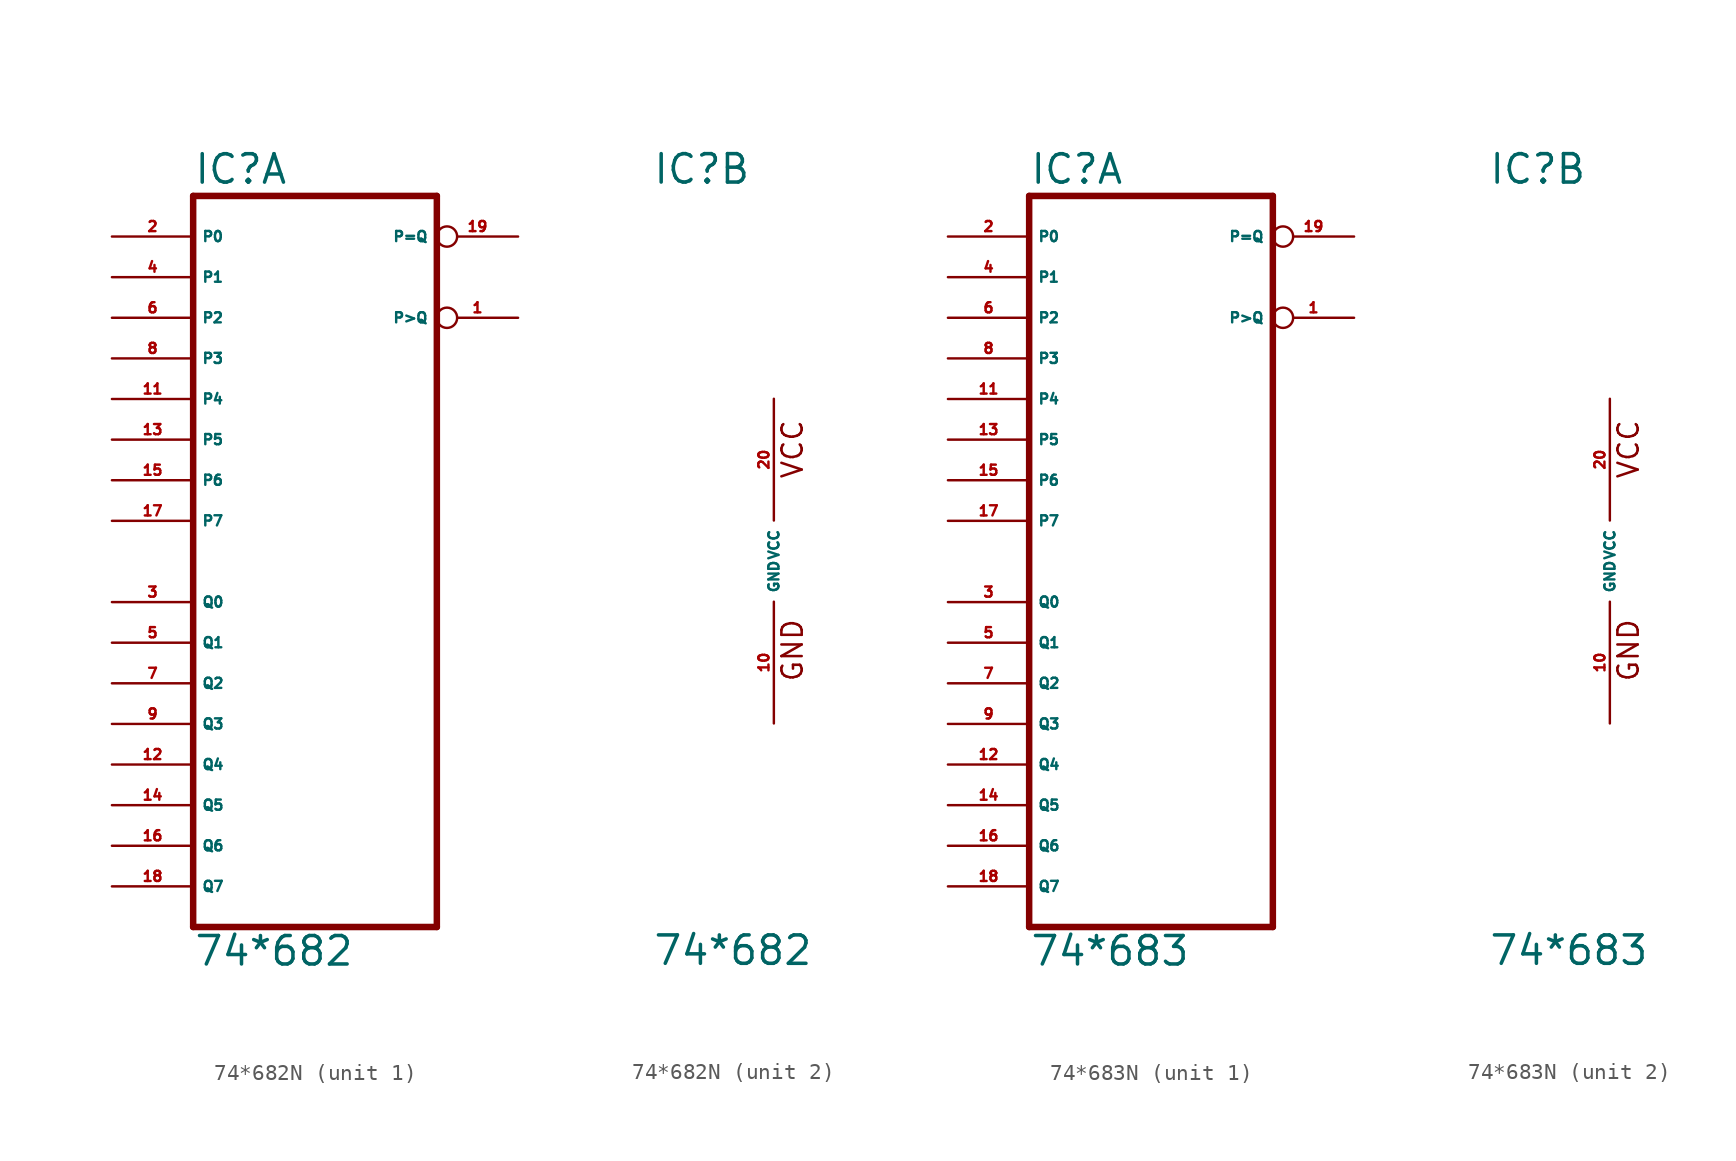
<source format=kicad_sym>
(kicad_symbol_lib
  (version 20220914)
  (generator Eagle2Kicad)
  (symbol "74*682N"
    (property "Reference" "IC"
      (at -7.62 23.495 0)
      (effects (font (size 1.778 1.778) (thickness 0.22)) (justify left bottom)))
    (property "Value" "74*682"
      (at -7.62 -25.4 0)
      (effects (font (size 1.778 1.778) (thickness 0.22)) (justify left bottom)))
    (symbol "74*682N_1_0"
      (polyline (pts (xy -7.62 -22.86) (xy 7.62 -22.86)) (stroke (width 0.406) (type default)) (fill (type none)))
      (polyline (pts (xy 7.62 -22.86) (xy 7.62 22.86)) (stroke (width 0.406) (type default)) (fill (type none)))
      (polyline (pts (xy 7.62 22.86) (xy -7.62 22.86)) (stroke (width 0.406) (type default)) (fill (type none)))
      (polyline (pts (xy -7.62 22.86) (xy -7.62 -22.86)) (stroke (width 0.406) (type default)) (fill (type none)))
      (pin output inverted (at 12.7 15.24 180) (length 5.08) (name "P>Q" (effects (font (size 0.635 0.635) (thickness 0.08)) (justify left bottom))) (number "1" (effects (font (size 0.635 0.635) (thickness 0.08)) (justify left bottom))))
      (pin input line (at -12.7 20.32 0) (length 5.08) (name "P0" (effects (font (size 0.635 0.635) (thickness 0.08)) (justify left bottom))) (number "2" (effects (font (size 0.635 0.635) (thickness 0.08)) (justify left bottom))))
      (pin input line (at -12.7 -2.54 0) (length 5.08) (name "Q0" (effects (font (size 0.635 0.635) (thickness 0.08)) (justify left bottom))) (number "3" (effects (font (size 0.635 0.635) (thickness 0.08)) (justify left bottom))))
      (pin input line (at -12.7 17.78 0) (length 5.08) (name "P1" (effects (font (size 0.635 0.635) (thickness 0.08)) (justify left bottom))) (number "4" (effects (font (size 0.635 0.635) (thickness 0.08)) (justify left bottom))))
      (pin input line (at -12.7 -5.08 0) (length 5.08) (name "Q1" (effects (font (size 0.635 0.635) (thickness 0.08)) (justify left bottom))) (number "5" (effects (font (size 0.635 0.635) (thickness 0.08)) (justify left bottom))))
      (pin input line (at -12.7 15.24 0) (length 5.08) (name "P2" (effects (font (size 0.635 0.635) (thickness 0.08)) (justify left bottom))) (number "6" (effects (font (size 0.635 0.635) (thickness 0.08)) (justify left bottom))))
      (pin input line (at -12.7 -7.62 0) (length 5.08) (name "Q2" (effects (font (size 0.635 0.635) (thickness 0.08)) (justify left bottom))) (number "7" (effects (font (size 0.635 0.635) (thickness 0.08)) (justify left bottom))))
      (pin input line (at -12.7 12.7 0) (length 5.08) (name "P3" (effects (font (size 0.635 0.635) (thickness 0.08)) (justify left bottom))) (number "8" (effects (font (size 0.635 0.635) (thickness 0.08)) (justify left bottom))))
      (pin input line (at -12.7 -10.16 0) (length 5.08) (name "Q3" (effects (font (size 0.635 0.635) (thickness 0.08)) (justify left bottom))) (number "9" (effects (font (size 0.635 0.635) (thickness 0.08)) (justify left bottom))))
      (pin input line (at -12.7 10.16 0) (length 5.08) (name "P4" (effects (font (size 0.635 0.635) (thickness 0.08)) (justify left bottom))) (number "11" (effects (font (size 0.635 0.635) (thickness 0.08)) (justify left bottom))))
      (pin input line (at -12.7 -12.7 0) (length 5.08) (name "Q4" (effects (font (size 0.635 0.635) (thickness 0.08)) (justify left bottom))) (number "12" (effects (font (size 0.635 0.635) (thickness 0.08)) (justify left bottom))))
      (pin input line (at -12.7 7.62 0) (length 5.08) (name "P5" (effects (font (size 0.635 0.635) (thickness 0.08)) (justify left bottom))) (number "13" (effects (font (size 0.635 0.635) (thickness 0.08)) (justify left bottom))))
      (pin input line (at -12.7 -15.24 0) (length 5.08) (name "Q5" (effects (font (size 0.635 0.635) (thickness 0.08)) (justify left bottom))) (number "14" (effects (font (size 0.635 0.635) (thickness 0.08)) (justify left bottom))))
      (pin input line (at -12.7 5.08 0) (length 5.08) (name "P6" (effects (font (size 0.635 0.635) (thickness 0.08)) (justify left bottom))) (number "15" (effects (font (size 0.635 0.635) (thickness 0.08)) (justify left bottom))))
      (pin input line (at -12.7 -17.78 0) (length 5.08) (name "Q6" (effects (font (size 0.635 0.635) (thickness 0.08)) (justify left bottom))) (number "16" (effects (font (size 0.635 0.635) (thickness 0.08)) (justify left bottom))))
      (pin input line (at -12.7 2.54 0) (length 5.08) (name "P7" (effects (font (size 0.635 0.635) (thickness 0.08)) (justify left bottom))) (number "17" (effects (font (size 0.635 0.635) (thickness 0.08)) (justify left bottom))))
      (pin input line (at -12.7 -20.32 0) (length 5.08) (name "Q7" (effects (font (size 0.635 0.635) (thickness 0.08)) (justify left bottom))) (number "18" (effects (font (size 0.635 0.635) (thickness 0.08)) (justify left bottom))))
      (pin output inverted (at 12.7 20.32 180) (length 5.08) (name "P=Q" (effects (font (size 0.635 0.635) (thickness 0.08)) (justify left bottom))) (number "19" (effects (font (size 0.635 0.635) (thickness 0.08)) (justify left bottom)))))
    (symbol "74*682N_2_0"
      (text "GND" (at 1.905 -7.62 900) (effects (font (size 1.27 1.27) (thickness 0.16)) (justify left bottom)))
      (text "VCC" (at 1.905 5.08 900) (effects (font (size 1.27 1.27) (thickness 0.16)) (justify left bottom)))
      (pin unspecified line (at 0 -10.16 90) (length 7.62) (name "GND" (effects (font (size 0.635 0.635) (thickness 0.08)) (justify left bottom))) (number "10" (effects (font (size 0.635 0.635) (thickness 0.08)) (justify left bottom))))
      (pin unspecified line (at 0 10.16 270) (length 7.62) (name "VCC" (effects (font (size 0.635 0.635) (thickness 0.08)) (justify left bottom))) (number "20" (effects (font (size 0.635 0.635) (thickness 0.08)) (justify left bottom))))))
  (symbol "74*683N"
    (property "Reference" "IC"
      (at -7.62 23.495 0)
      (effects (font (size 1.778 1.778) (thickness 0.22)) (justify left bottom)))
    (property "Value" "74*683"
      (at -7.62 -25.4 0)
      (effects (font (size 1.778 1.778) (thickness 0.22)) (justify left bottom)))
    (symbol "74*683N_1_0"
      (polyline (pts (xy -7.62 -22.86) (xy 7.62 -22.86)) (stroke (width 0.406) (type default)) (fill (type none)))
      (polyline (pts (xy 7.62 -22.86) (xy 7.62 22.86)) (stroke (width 0.406) (type default)) (fill (type none)))
      (polyline (pts (xy 7.62 22.86) (xy -7.62 22.86)) (stroke (width 0.406) (type default)) (fill (type none)))
      (polyline (pts (xy -7.62 22.86) (xy -7.62 -22.86)) (stroke (width 0.406) (type default)) (fill (type none)))
      (pin open_collector inverted (at 12.7 15.24 180) (length 5.08) (name "P>Q" (effects (font (size 0.635 0.635) (thickness 0.08)) (justify left bottom))) (number "1" (effects (font (size 0.635 0.635) (thickness 0.08)) (justify left bottom))))
      (pin input line (at -12.7 20.32 0) (length 5.08) (name "P0" (effects (font (size 0.635 0.635) (thickness 0.08)) (justify left bottom))) (number "2" (effects (font (size 0.635 0.635) (thickness 0.08)) (justify left bottom))))
      (pin input line (at -12.7 -2.54 0) (length 5.08) (name "Q0" (effects (font (size 0.635 0.635) (thickness 0.08)) (justify left bottom))) (number "3" (effects (font (size 0.635 0.635) (thickness 0.08)) (justify left bottom))))
      (pin input line (at -12.7 17.78 0) (length 5.08) (name "P1" (effects (font (size 0.635 0.635) (thickness 0.08)) (justify left bottom))) (number "4" (effects (font (size 0.635 0.635) (thickness 0.08)) (justify left bottom))))
      (pin input line (at -12.7 -5.08 0) (length 5.08) (name "Q1" (effects (font (size 0.635 0.635) (thickness 0.08)) (justify left bottom))) (number "5" (effects (font (size 0.635 0.635) (thickness 0.08)) (justify left bottom))))
      (pin input line (at -12.7 15.24 0) (length 5.08) (name "P2" (effects (font (size 0.635 0.635) (thickness 0.08)) (justify left bottom))) (number "6" (effects (font (size 0.635 0.635) (thickness 0.08)) (justify left bottom))))
      (pin input line (at -12.7 -7.62 0) (length 5.08) (name "Q2" (effects (font (size 0.635 0.635) (thickness 0.08)) (justify left bottom))) (number "7" (effects (font (size 0.635 0.635) (thickness 0.08)) (justify left bottom))))
      (pin input line (at -12.7 12.7 0) (length 5.08) (name "P3" (effects (font (size 0.635 0.635) (thickness 0.08)) (justify left bottom))) (number "8" (effects (font (size 0.635 0.635) (thickness 0.08)) (justify left bottom))))
      (pin input line (at -12.7 -10.16 0) (length 5.08) (name "Q3" (effects (font (size 0.635 0.635) (thickness 0.08)) (justify left bottom))) (number "9" (effects (font (size 0.635 0.635) (thickness 0.08)) (justify left bottom))))
      (pin input line (at -12.7 10.16 0) (length 5.08) (name "P4" (effects (font (size 0.635 0.635) (thickness 0.08)) (justify left bottom))) (number "11" (effects (font (size 0.635 0.635) (thickness 0.08)) (justify left bottom))))
      (pin input line (at -12.7 -12.7 0) (length 5.08) (name "Q4" (effects (font (size 0.635 0.635) (thickness 0.08)) (justify left bottom))) (number "12" (effects (font (size 0.635 0.635) (thickness 0.08)) (justify left bottom))))
      (pin input line (at -12.7 7.62 0) (length 5.08) (name "P5" (effects (font (size 0.635 0.635) (thickness 0.08)) (justify left bottom))) (number "13" (effects (font (size 0.635 0.635) (thickness 0.08)) (justify left bottom))))
      (pin input line (at -12.7 -15.24 0) (length 5.08) (name "Q5" (effects (font (size 0.635 0.635) (thickness 0.08)) (justify left bottom))) (number "14" (effects (font (size 0.635 0.635) (thickness 0.08)) (justify left bottom))))
      (pin input line (at -12.7 5.08 0) (length 5.08) (name "P6" (effects (font (size 0.635 0.635) (thickness 0.08)) (justify left bottom))) (number "15" (effects (font (size 0.635 0.635) (thickness 0.08)) (justify left bottom))))
      (pin input line (at -12.7 -17.78 0) (length 5.08) (name "Q6" (effects (font (size 0.635 0.635) (thickness 0.08)) (justify left bottom))) (number "16" (effects (font (size 0.635 0.635) (thickness 0.08)) (justify left bottom))))
      (pin input line (at -12.7 2.54 0) (length 5.08) (name "P7" (effects (font (size 0.635 0.635) (thickness 0.08)) (justify left bottom))) (number "17" (effects (font (size 0.635 0.635) (thickness 0.08)) (justify left bottom))))
      (pin input line (at -12.7 -20.32 0) (length 5.08) (name "Q7" (effects (font (size 0.635 0.635) (thickness 0.08)) (justify left bottom))) (number "18" (effects (font (size 0.635 0.635) (thickness 0.08)) (justify left bottom))))
      (pin open_collector inverted (at 12.7 20.32 180) (length 5.08) (name "P=Q" (effects (font (size 0.635 0.635) (thickness 0.08)) (justify left bottom))) (number "19" (effects (font (size 0.635 0.635) (thickness 0.08)) (justify left bottom)))))
    (symbol "74*683N_2_0"
      (text "GND" (at 1.905 -7.62 900) (effects (font (size 1.27 1.27) (thickness 0.16)) (justify left bottom)))
      (text "VCC" (at 1.905 5.08 900) (effects (font (size 1.27 1.27) (thickness 0.16)) (justify left bottom)))
      (pin unspecified line (at 0 -10.16 90) (length 7.62) (name "GND" (effects (font (size 0.635 0.635) (thickness 0.08)) (justify left bottom))) (number "10" (effects (font (size 0.635 0.635) (thickness 0.08)) (justify left bottom))))
      (pin unspecified line (at 0 10.16 270) (length 7.62) (name "VCC" (effects (font (size 0.635 0.635) (thickness 0.08)) (justify left bottom))) (number "20" (effects (font (size 0.635 0.635) (thickness 0.08)) (justify left bottom)))))))
</source>
